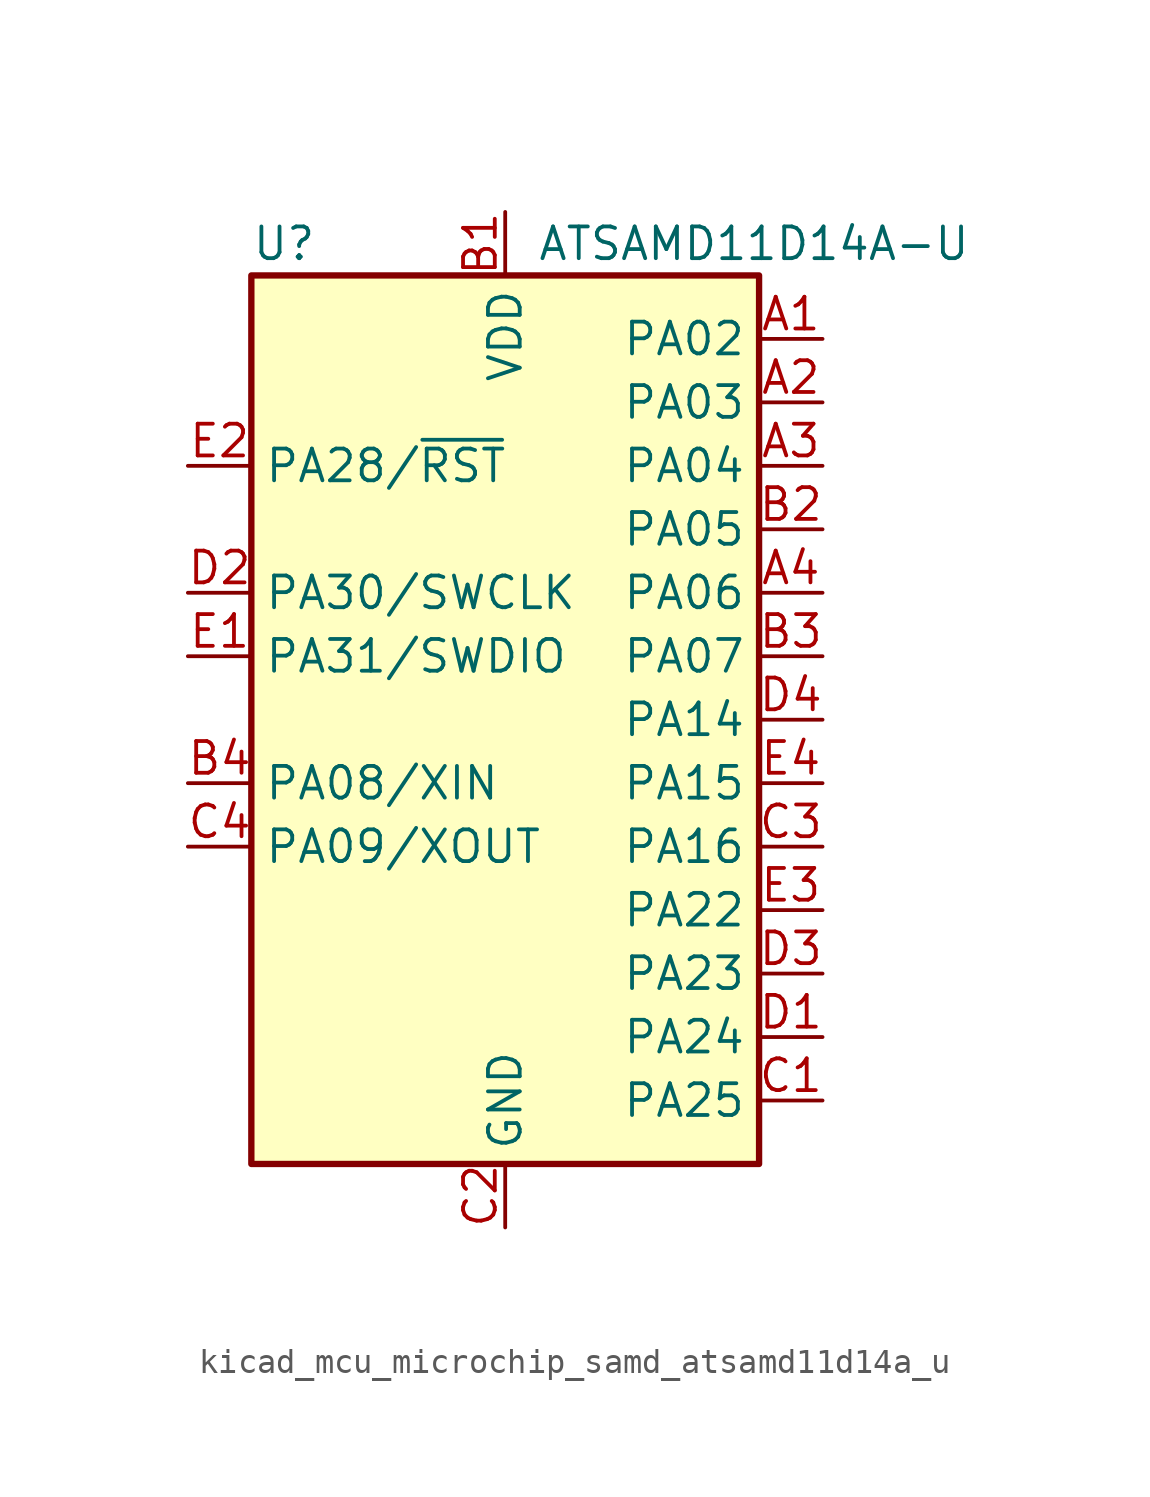
<source format=kicad_sym>
(kicad_symbol_lib
  (version 20220914)
  (generator kicad_symbol_editor)
  (symbol "kicad_mcu_microchip_samd_atsamd11d14a_u"
    (property "Reference" "U"
      (at -10.16 19.05 0)
      (effects (font (size 1.27 1.27)) (justify left)))
    (property "Value" "ATSAMD11D14A-U"
      (at 1.27 19.05 0)
      (effects (font (size 1.27 1.27)) (justify left)))
    (symbol "kicad_mcu_microchip_samd_atsamd11d14a_u_0_1"
      (rectangle (start -10.16 17.78) (end 10.16 -17.78) (stroke (width 0.254) (type default)) (fill (type background))))
    (symbol "kicad_mcu_microchip_samd_atsamd11d14a_u_1_1"
      (pin bidirectional line (at 12.7 15.24 180) (length 2.54) (name "PA02" (effects (font (size 1.27 1.27)))) (number "A1" (effects (font (size 1.27 1.27)))))
      (pin bidirectional line (at 12.7 12.7 180) (length 2.54) (name "PA03" (effects (font (size 1.27 1.27)))) (number "A2" (effects (font (size 1.27 1.27)))))
      (pin bidirectional line (at 12.7 10.16 180) (length 2.54) (name "PA04" (effects (font (size 1.27 1.27)))) (number "A3" (effects (font (size 1.27 1.27)))))
      (pin bidirectional line (at 12.7 5.08 180) (length 2.54) (name "PA06" (effects (font (size 1.27 1.27)))) (number "A4" (effects (font (size 1.27 1.27)))))
      (pin power_in line (at 0 20.32 270) (length 2.54) (name "VDD" (effects (font (size 1.27 1.27)))) (number "B1" (effects (font (size 1.27 1.27)))))
      (pin bidirectional line (at 12.7 7.62 180) (length 2.54) (name "PA05" (effects (font (size 1.27 1.27)))) (number "B2" (effects (font (size 1.27 1.27)))))
      (pin bidirectional line (at 12.7 2.54 180) (length 2.54) (name "PA07" (effects (font (size 1.27 1.27)))) (number "B3" (effects (font (size 1.27 1.27)))))
      (pin bidirectional line (at -12.7 -2.54 0) (length 2.54) (name "PA08/XIN" (effects (font (size 1.27 1.27)))) (number "B4" (effects (font (size 1.27 1.27)))))
      (pin bidirectional line (at 12.7 -15.24 180) (length 2.54) (name "PA25" (effects (font (size 1.27 1.27)))) (number "C1" (effects (font (size 1.27 1.27)))))
      (pin power_in line (at 0 -20.32 90) (length 2.54) (name "GND" (effects (font (size 1.27 1.27)))) (number "C2" (effects (font (size 1.27 1.27)))))
      (pin bidirectional line (at 12.7 -5.08 180) (length 2.54) (name "PA16" (effects (font (size 1.27 1.27)))) (number "C3" (effects (font (size 1.27 1.27)))))
      (pin bidirectional line (at -12.7 -5.08 0) (length 2.54) (name "PA09/XOUT" (effects (font (size 1.27 1.27)))) (number "C4" (effects (font (size 1.27 1.27)))))
      (pin bidirectional line (at 12.7 -12.7 180) (length 2.54) (name "PA24" (effects (font (size 1.27 1.27)))) (number "D1" (effects (font (size 1.27 1.27)))))
      (pin bidirectional line (at -12.7 5.08 0) (length 2.54) (name "PA30/SWCLK" (effects (font (size 1.27 1.27)))) (number "D2" (effects (font (size 1.27 1.27)))))
      (pin bidirectional line (at 12.7 -10.16 180) (length 2.54) (name "PA23" (effects (font (size 1.27 1.27)))) (number "D3" (effects (font (size 1.27 1.27)))))
      (pin bidirectional line (at 12.7 0 180) (length 2.54) (name "PA14" (effects (font (size 1.27 1.27)))) (number "D4" (effects (font (size 1.27 1.27)))))
      (pin bidirectional line (at -12.7 2.54 0) (length 2.54) (name "PA31/SWDIO" (effects (font (size 1.27 1.27)))) (number "E1" (effects (font (size 1.27 1.27)))))
      (pin bidirectional line (at -12.7 10.16 0) (length 2.54) (name "PA28/~{RST}" (effects (font (size 1.27 1.27)))) (number "E2" (effects (font (size 1.27 1.27)))))
      (pin bidirectional line (at 12.7 -7.62 180) (length 2.54) (name "PA22" (effects (font (size 1.27 1.27)))) (number "E3" (effects (font (size 1.27 1.27)))))
      (pin bidirectional line (at 12.7 -2.54 180) (length 2.54) (name "PA15" (effects (font (size 1.27 1.27)))) (number "E4" (effects (font (size 1.27 1.27))))))))
</source>
